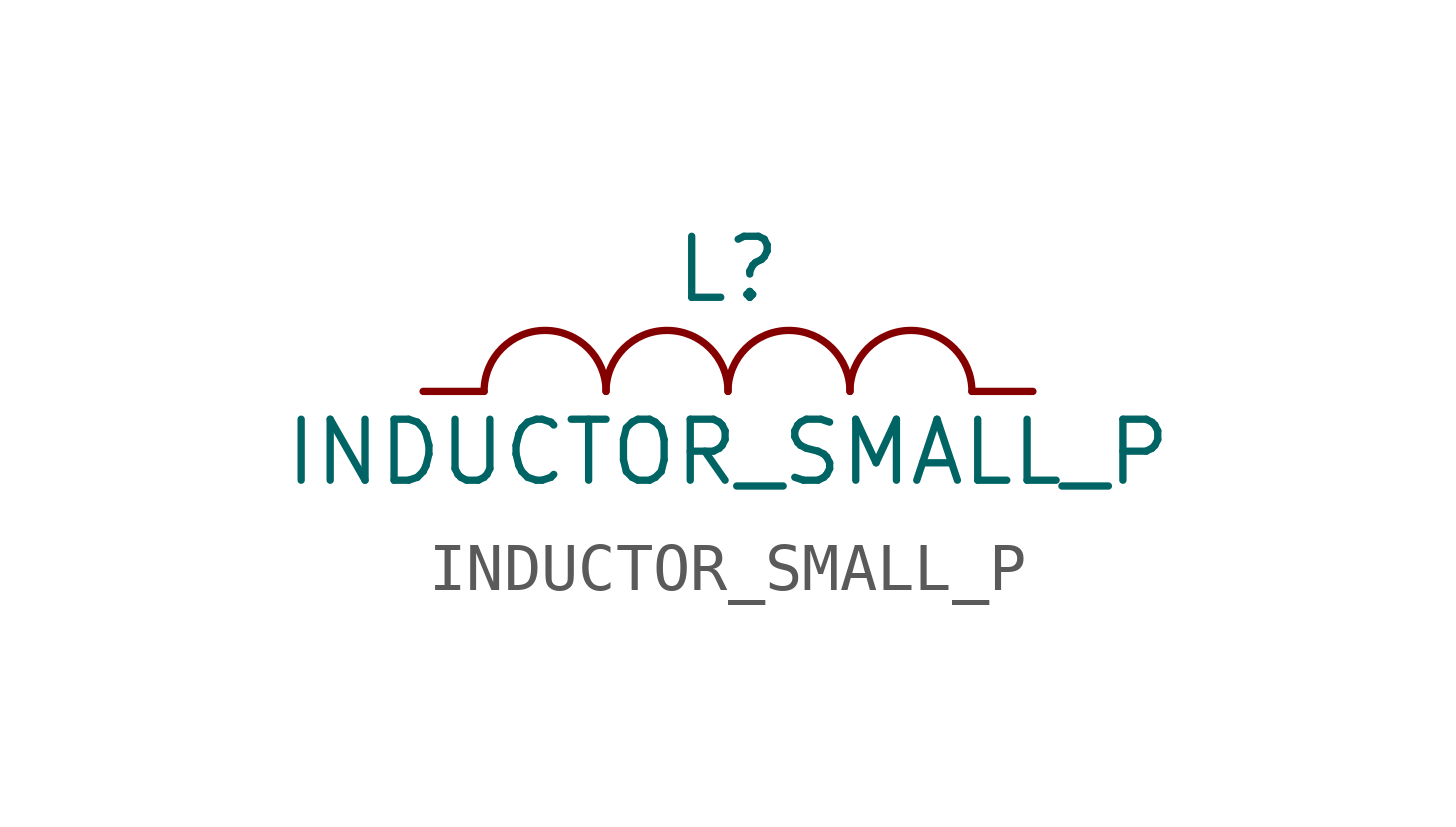
<source format=kicad_sym>
(kicad_symbol_lib
  (version 20231120)
  (generator "kicad_symbol_editor")
  (generator_version "8.0")
  (symbol "INDUCTOR_SMALL_P"
    (pin_numbers hide)
    (pin_names
      (offset 0) hide)
    (property "Reference" "L"
      (at 0 2.54 0)
      (effects (font (size 1.27 1.27))))
    (property "Value" "INDUCTOR_SMALL_P"
      (at 0 -1.27 0)
      (effects (font (size 1.27 1.27))))
    (property "Footprint" ""
      (at 0 0 0)
      (effects (font (size 1.27 1.27))))
    (property "Datasheet" ""
      (at 0 0 0)
      (effects (font (size 1.27 1.27))))
    (symbol "INDUCTOR_SMALL_P_0_1"
      (arc (start -2.54 0) (mid -3.81 1.27) (end -5.08 0) (stroke (width 0) (type solid)) (fill (type none)))
      (arc (start 0 0) (mid -1.27 1.27) (end -2.54 0) (stroke (width 0) (type solid)) (fill (type none)))
      (arc (start 2.54 0) (mid 1.27 1.27) (end 0 0) (stroke (width 0) (type solid)) (fill (type none)))
      (arc (start 5.08 0) (mid 3.81 1.27) (end 2.54 0) (stroke (width 0) (type solid)) (fill (type none))))
    (symbol "INDUCTOR_SMALL_P_1_1"
      (pin output line (at -6.35 0 0) (length 1.27) (name "1" (effects (font (size 0.762 0.762)))) (number "1" (effects (font (size 0.762 0.762)))))
      (pin input line (at 6.35 0 180) (length 1.27) (name "2" (effects (font (size 0.762 0.762)))) (number "2" (effects (font (size 0.762 0.762))))))))
</source>
